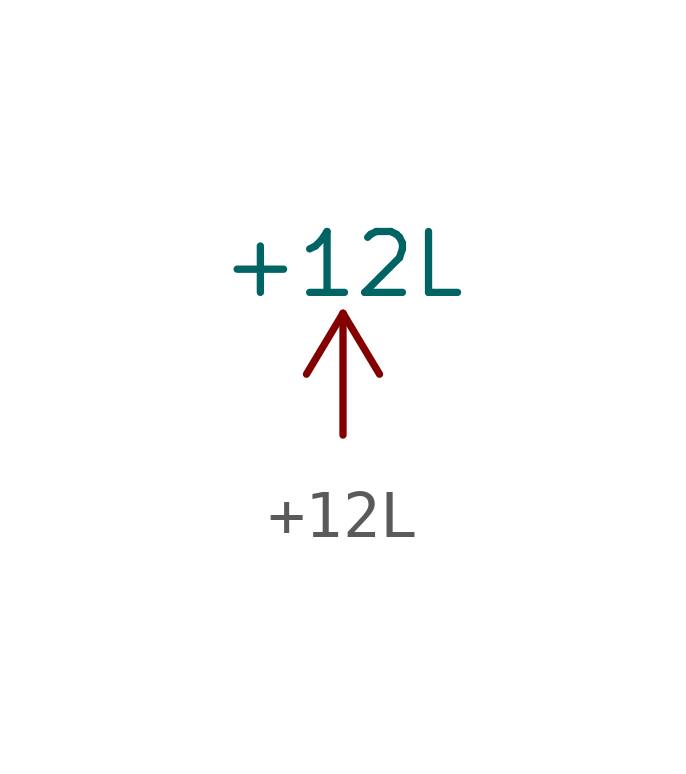
<source format=kicad_sym>
(kicad_symbol_lib
  (version 20201005)
  (generator kicad_symbol_editor)
  (symbol "+12L"
    (power)
    (pin_names
      (offset 0))
    (property "Reference" "#PWR"
      (at 0 -3.81 0)
      (effects (font (size 1.27 1.27)) hide))
    (property "Value" "+12L"
      (at 0 3.556 0)
      (effects (font (size 1.27 1.27))))
    (symbol "+12L_0_1"
      (polyline (pts (xy -0.762 1.27) (xy 0 2.54)) (stroke (width 0)) (fill (type none)))
      (polyline (pts (xy 0 0) (xy 0 2.54)) (stroke (width 0)) (fill (type none)))
      (polyline (pts (xy 0 2.54) (xy 0.762 1.27)) (stroke (width 0)) (fill (type none))))
    (symbol "+12L_1_1"
      (pin power_in line (at 0 0 90) (length 0) hide (name "+12L" (effects (font (size 1.27 1.27)))) (number "1" (effects (font (size 1.27 1.27))))))))
</source>
